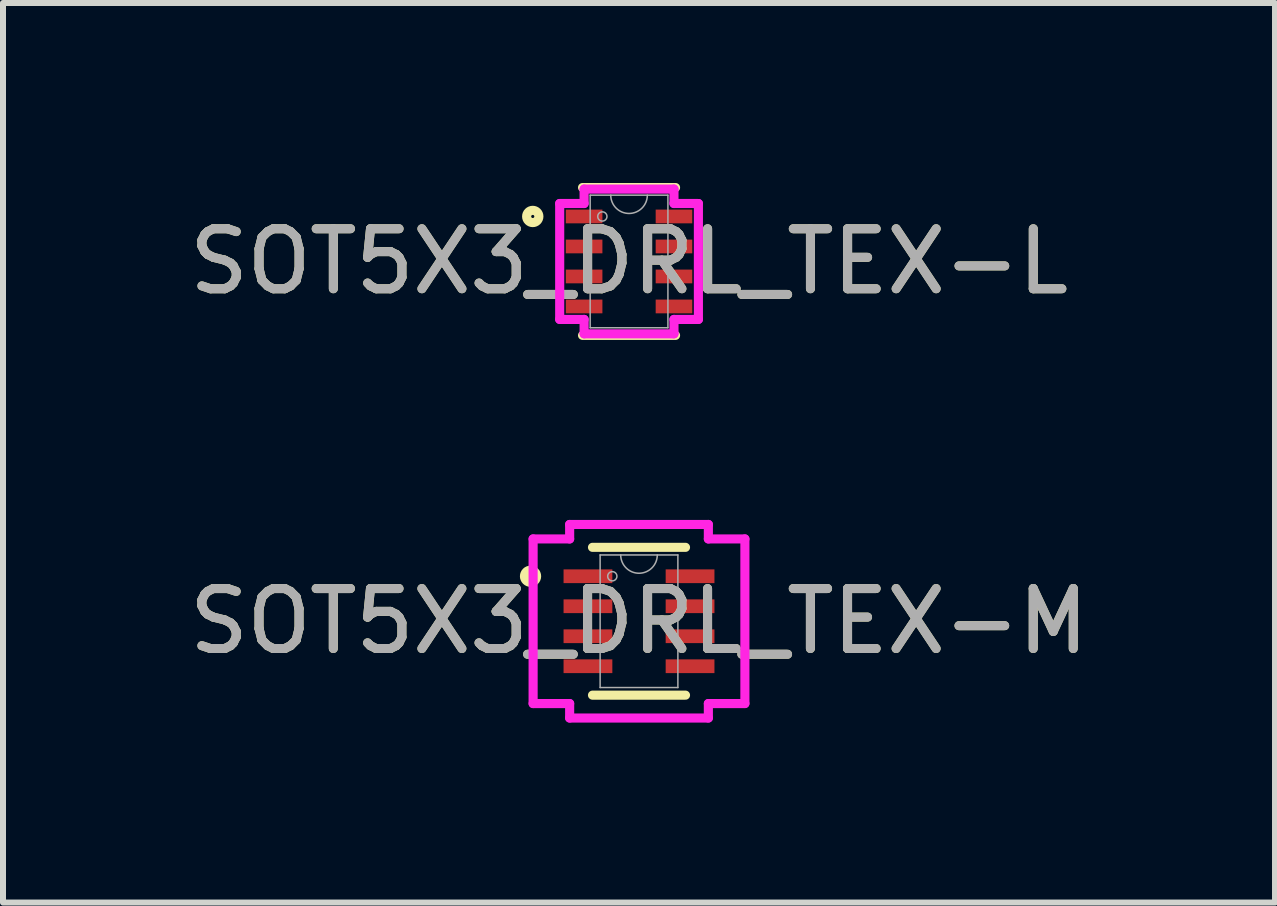
<source format=kicad_pcb>
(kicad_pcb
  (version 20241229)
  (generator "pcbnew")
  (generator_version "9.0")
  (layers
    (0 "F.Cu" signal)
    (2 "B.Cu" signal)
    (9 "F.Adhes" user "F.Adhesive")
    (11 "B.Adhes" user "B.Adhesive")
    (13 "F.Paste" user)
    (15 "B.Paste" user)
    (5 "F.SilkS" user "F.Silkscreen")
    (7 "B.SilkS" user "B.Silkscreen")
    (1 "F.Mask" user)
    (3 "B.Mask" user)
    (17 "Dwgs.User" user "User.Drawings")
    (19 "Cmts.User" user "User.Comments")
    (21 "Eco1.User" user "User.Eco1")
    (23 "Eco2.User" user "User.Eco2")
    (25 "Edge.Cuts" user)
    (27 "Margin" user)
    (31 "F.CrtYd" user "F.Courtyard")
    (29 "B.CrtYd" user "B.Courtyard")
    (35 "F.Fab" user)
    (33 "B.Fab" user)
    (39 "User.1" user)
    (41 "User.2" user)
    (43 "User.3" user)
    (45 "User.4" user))
  (footprint "SOT5X3_DRL_TEX-M"
    (layer "F.Cu")
    (at 7.601 7.305)
    (property "Reference" "SOT5X3_DRL_TEX-M" (at 0 0 0) (unlocked yes) (layer "F.SilkS") (effects (font (size 1 1) (thickness 0.15))))
    (attr smd)
    (fp_line (start -0.775 1.232) (end 0.775 1.232) (stroke (width 0.152) (type solid)) (layer "F.SilkS"))
    (fp_line (start 0.775 -1.232) (end -0.775 -1.232) (stroke (width 0.152) (type solid)) (layer "F.SilkS"))
    (fp_circle (center -1.808 -0.75) (end -1.707 -0.75) (stroke (width 0.152) (type solid)) (fill no) (layer "F.SilkS"))
    (fp_line (start -1.765 -1.372) (end -1.156 -1.372) (stroke (width 0.152) (type solid)) (layer "F.CrtYd"))
    (fp_line (start -1.765 1.372) (end -1.765 -1.372) (stroke (width 0.152) (type solid)) (layer "F.CrtYd"))
    (fp_line (start -1.765 1.372) (end -1.156 1.372) (stroke (width 0.152) (type solid)) (layer "F.CrtYd"))
    (fp_line (start -1.156 -1.613) (end 1.156 -1.613) (stroke (width 0.152) (type solid)) (layer "F.CrtYd"))
    (fp_line (start -1.156 -1.372) (end -1.156 -1.613) (stroke (width 0.152) (type solid)) (layer "F.CrtYd"))
    (fp_line (start -1.156 1.613) (end -1.156 1.372) (stroke (width 0.152) (type solid)) (layer "F.CrtYd"))
    (fp_line (start 1.156 -1.613) (end 1.156 -1.372) (stroke (width 0.152) (type solid)) (layer "F.CrtYd"))
    (fp_line (start 1.156 1.372) (end 1.156 1.613) (stroke (width 0.152) (type solid)) (layer "F.CrtYd"))
    (fp_line (start 1.156 1.613) (end -1.156 1.613) (stroke (width 0.152) (type solid)) (layer "F.CrtYd"))
    (fp_line (start 1.765 -1.372) (end 1.156 -1.372) (stroke (width 0.152) (type solid)) (layer "F.CrtYd"))
    (fp_line (start 1.765 -1.372) (end 1.765 1.372) (stroke (width 0.152) (type solid)) (layer "F.CrtYd"))
    (fp_line (start 1.765 1.372) (end 1.156 1.372) (stroke (width 0.152) (type solid)) (layer "F.CrtYd"))
    (fp_line (start -0.648 -1.105) (end -0.648 1.105) (stroke (width 0.025) (type solid)) (layer "F.Fab"))
    (fp_line (start -0.648 1.105) (end 0.648 1.105) (stroke (width 0.025) (type solid)) (layer "F.Fab"))
    (fp_line (start 0.648 -1.105) (end -0.648 -1.105) (stroke (width 0.025) (type solid)) (layer "F.Fab"))
    (fp_line (start 0.648 1.105) (end 0.648 -1.105) (stroke (width 0.025) (type solid)) (layer "F.Fab"))
    (fp_arc (start 0.3048 -1.1049) (mid 0 -0.8001) (end -0.3048 -1.1049) (stroke (width 0.0254) (type solid)) (layer "F.Fab"))
    (fp_circle (center -0.445 -0.75) (end -0.368 -0.75) (stroke (width 0.025) (type solid)) (fill no) (layer "F.Fab"))
    (fp_text user "${REFERENCE}" (at 0 0 0) (unlocked yes) (layer "F.Fab") (effects (font (size 1 1) (thickness 0.15))))
    (pad "1" smd rect (at -0.851 -0.75) (size 0.813 0.229) (layers "F.Cu" "F.Mask" "F.Paste"))
    (pad "2" smd rect (at -0.851 -0.25) (size 0.813 0.229) (layers "F.Cu" "F.Mask" "F.Paste"))
    (pad "3" smd rect (at -0.851 0.25) (size 0.813 0.229) (layers "F.Cu" "F.Mask" "F.Paste"))
    (pad "4" smd rect (at -0.851 0.75) (size 0.813 0.229) (layers "F.Cu" "F.Mask" "F.Paste"))
    (pad "5" smd rect (at 0.851 0.75) (size 0.813 0.229) (layers "F.Cu" "F.Mask" "F.Paste"))
    (pad "6" smd rect (at 0.851 0.25) (size 0.813 0.229) (layers "F.Cu" "F.Mask" "F.Paste"))
    (pad "7" smd rect (at 0.851 -0.25) (size 0.813 0.229) (layers "F.Cu" "F.Mask" "F.Paste"))
    (pad "8" smd rect (at 0.851 -0.75) (size 0.813 0.229) (layers "F.Cu" "F.Mask" "F.Paste")))
  (footprint "SOT5X3_DRL_TEX-L"
    (layer "F.Cu")
    (at 7.435 1.308)
    (property "Reference" "SOT5X3_DRL_TEX-L" (at 0 0 0) (unlocked yes) (layer "F.SilkS") (effects (font (size 1 1) (thickness 0.15))))
    (attr smd)
    (fp_line (start -0.775 1.232) (end 0.775 1.232) (stroke (width 0.152) (type solid)) (layer "F.SilkS"))
    (fp_line (start 0.775 -1.232) (end -0.775 -1.232) (stroke (width 0.152) (type solid)) (layer "F.SilkS"))
    (fp_circle (center -1.605 -0.75) (end -1.503 -0.75) (stroke (width 0.152) (type solid)) (fill no) (layer "F.SilkS"))
    (fp_line (start -1.156 -0.966) (end -0.749 -0.966) (stroke (width 0.152) (type solid)) (layer "F.CrtYd"))
    (fp_line (start -1.156 0.966) (end -1.156 -0.966) (stroke (width 0.152) (type solid)) (layer "F.CrtYd"))
    (fp_line (start -1.156 0.966) (end -0.749 0.966) (stroke (width 0.152) (type solid)) (layer "F.CrtYd"))
    (fp_line (start -0.749 -1.206) (end 0.749 -1.206) (stroke (width 0.152) (type solid)) (layer "F.CrtYd"))
    (fp_line (start -0.749 -0.966) (end -0.749 -1.206) (stroke (width 0.152) (type solid)) (layer "F.CrtYd"))
    (fp_line (start -0.749 1.206) (end -0.749 0.966) (stroke (width 0.152) (type solid)) (layer "F.CrtYd"))
    (fp_line (start 0.749 -1.206) (end 0.749 -0.966) (stroke (width 0.152) (type solid)) (layer "F.CrtYd"))
    (fp_line (start 0.749 0.966) (end 0.749 1.206) (stroke (width 0.152) (type solid)) (layer "F.CrtYd"))
    (fp_line (start 0.749 1.206) (end -0.749 1.206) (stroke (width 0.152) (type solid)) (layer "F.CrtYd"))
    (fp_line (start 1.156 -0.966) (end 0.749 -0.966) (stroke (width 0.152) (type solid)) (layer "F.CrtYd"))
    (fp_line (start 1.156 -0.966) (end 1.156 0.966) (stroke (width 0.152) (type solid)) (layer "F.CrtYd"))
    (fp_line (start 1.156 0.966) (end 0.749 0.966) (stroke (width 0.152) (type solid)) (layer "F.CrtYd"))
    (fp_line (start -0.648 -1.105) (end -0.648 1.105) (stroke (width 0.025) (type solid)) (layer "F.Fab"))
    (fp_line (start -0.648 1.105) (end 0.648 1.105) (stroke (width 0.025) (type solid)) (layer "F.Fab"))
    (fp_line (start 0.648 -1.105) (end -0.648 -1.105) (stroke (width 0.025) (type solid)) (layer "F.Fab"))
    (fp_line (start 0.648 1.105) (end 0.648 -1.105) (stroke (width 0.025) (type solid)) (layer "F.Fab"))
    (fp_arc (start 0.3048 -1.1049) (mid 0 -0.8001) (end -0.3048 -1.1049) (stroke (width 0.0254) (type solid)) (layer "F.Fab"))
    (fp_circle (center -0.445 -0.75) (end -0.368 -0.75) (stroke (width 0.025) (type solid)) (fill no) (layer "F.Fab"))
    (fp_text user "${REFERENCE}" (at 0 0 0) (unlocked yes) (layer "F.Fab") (effects (font (size 1 1) (thickness 0.15))))
    (pad "1" smd rect (at -0.749 -0.75) (size 0.61 0.229) (layers "F.Cu" "F.Mask" "F.Paste"))
    (pad "2" smd rect (at -0.749 -0.25) (size 0.61 0.229) (layers "F.Cu" "F.Mask" "F.Paste"))
    (pad "3" smd rect (at -0.749 0.25) (size 0.61 0.229) (layers "F.Cu" "F.Mask" "F.Paste"))
    (pad "4" smd rect (at -0.749 0.75) (size 0.61 0.229) (layers "F.Cu" "F.Mask" "F.Paste"))
    (pad "5" smd rect (at 0.749 0.75) (size 0.61 0.229) (layers "F.Cu" "F.Mask" "F.Paste"))
    (pad "6" smd rect (at 0.749 0.25) (size 0.61 0.229) (layers "F.Cu" "F.Mask" "F.Paste"))
    (pad "7" smd rect (at 0.749 -0.25) (size 0.61 0.229) (layers "F.Cu" "F.Mask" "F.Paste"))
    (pad "8" smd rect (at 0.749 -0.75) (size 0.61 0.229) (layers "F.Cu" "F.Mask" "F.Paste")))
  (gr_rect
    (start -3 -3)
    (end 18.202 11.994)
    (stroke (width 0.1) (type default))
    (fill no)
    (layer "Edge.Cuts")))
</source>
